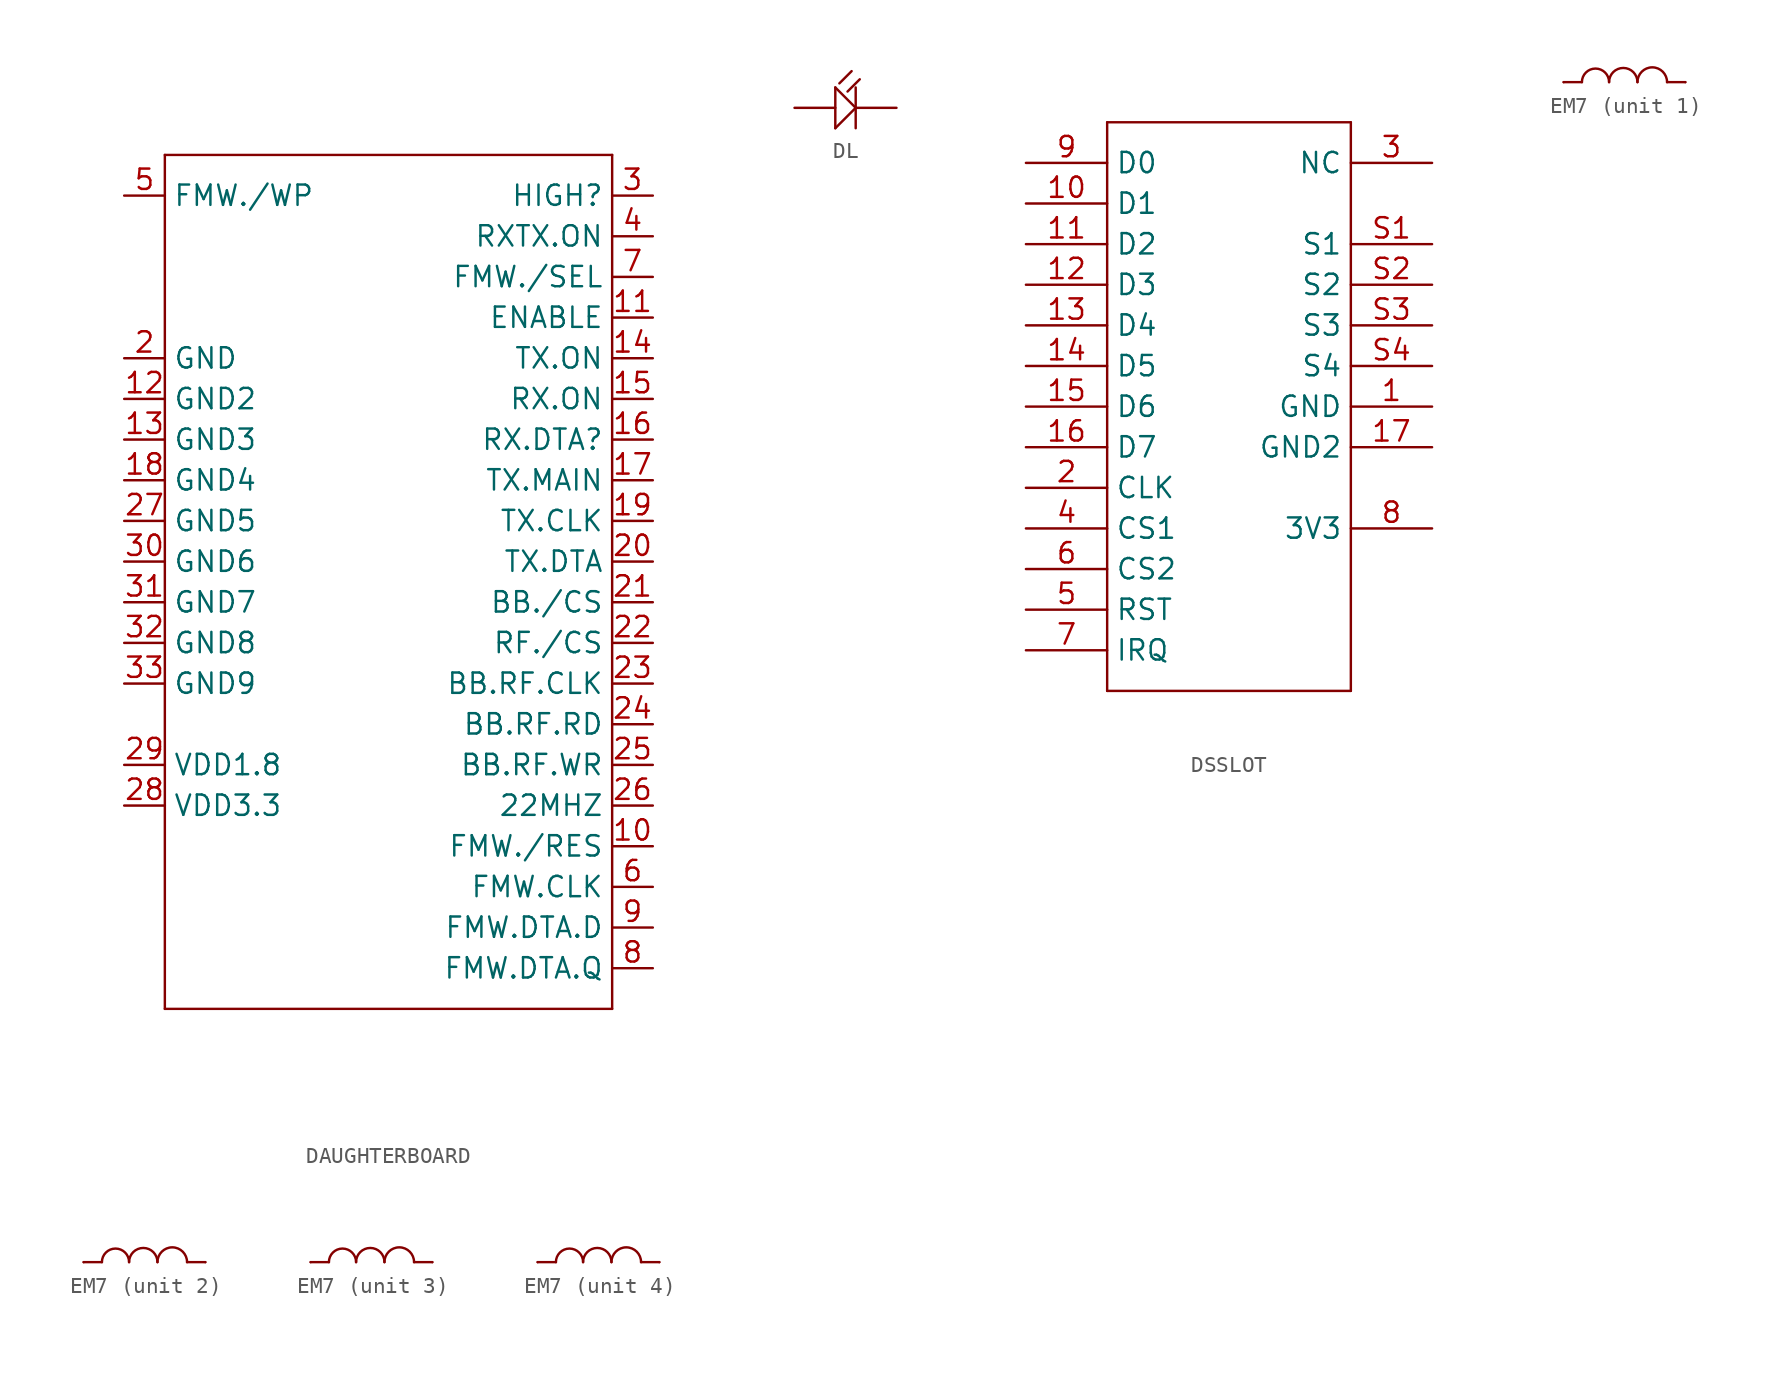
<source format=kicad_sym>
(kicad_symbol_lib
  (version 20231120)
  (generator "kicad_symbol_editor")
  (generator_version "8.0")
  (symbol "DAUGHTERBOARD"
    (property "Reference" ""
      (at -10.16 15.24 0)
      (effects (font (size 1.778 1.511)) (justify left bottom) (hide yes)))
    (property "Value" ""
      (at -10.16 -40.64 0)
      (effects (font (size 1.778 1.511)) (justify left bottom)))
    (property "ki_locked" ""
      (at 0 0 0)
      (effects (font (size 1.27 1.27))))
    (symbol "DAUGHTERBOARD_1_0"
      (polyline (pts (xy -10.16 -38.1) (xy 17.78 -38.1)) (stroke (width 0.152) (type solid)) (fill (type none)))
      (polyline (pts (xy -10.16 15.24) (xy -10.16 -38.1)) (stroke (width 0.152) (type solid)) (fill (type none)))
      (polyline (pts (xy 17.78 -38.1) (xy 17.78 15.24)) (stroke (width 0.152) (type solid)) (fill (type none)))
      (polyline (pts (xy 17.78 15.24) (xy -10.16 15.24)) (stroke (width 0.152) (type solid)) (fill (type none)))
      (pin bidirectional line (at 20.32 -27.94 180) (length 2.54) (name "FMW./RES" (effects (font (size 1.27 1.27)))) (number "10" (effects (font (size 1.27 1.27)))))
      (pin bidirectional line (at 20.32 5.08 180) (length 2.54) (name "ENABLE" (effects (font (size 1.27 1.27)))) (number "11" (effects (font (size 1.27 1.27)))))
      (pin bidirectional line (at -12.7 0 0) (length 2.54) (name "GND2" (effects (font (size 1.27 1.27)))) (number "12" (effects (font (size 1.27 1.27)))))
      (pin bidirectional line (at -12.7 -2.54 0) (length 2.54) (name "GND3" (effects (font (size 1.27 1.27)))) (number "13" (effects (font (size 1.27 1.27)))))
      (pin bidirectional line (at 20.32 2.54 180) (length 2.54) (name "TX.ON" (effects (font (size 1.27 1.27)))) (number "14" (effects (font (size 1.27 1.27)))))
      (pin bidirectional line (at 20.32 0 180) (length 2.54) (name "RX.ON" (effects (font (size 1.27 1.27)))) (number "15" (effects (font (size 1.27 1.27)))))
      (pin bidirectional line (at 20.32 -2.54 180) (length 2.54) (name "RX.DTA?" (effects (font (size 1.27 1.27)))) (number "16" (effects (font (size 1.27 1.27)))))
      (pin bidirectional line (at 20.32 -5.08 180) (length 2.54) (name "TX.MAIN" (effects (font (size 1.27 1.27)))) (number "17" (effects (font (size 1.27 1.27)))))
      (pin bidirectional line (at -12.7 -5.08 0) (length 2.54) (name "GND4" (effects (font (size 1.27 1.27)))) (number "18" (effects (font (size 1.27 1.27)))))
      (pin bidirectional line (at 20.32 -7.62 180) (length 2.54) (name "TX.CLK" (effects (font (size 1.27 1.27)))) (number "19" (effects (font (size 1.27 1.27)))))
      (pin bidirectional line (at -12.7 2.54 0) (length 2.54) (name "GND" (effects (font (size 1.27 1.27)))) (number "2" (effects (font (size 1.27 1.27)))))
      (pin bidirectional line (at 20.32 -10.16 180) (length 2.54) (name "TX.DTA" (effects (font (size 1.27 1.27)))) (number "20" (effects (font (size 1.27 1.27)))))
      (pin bidirectional line (at 20.32 -12.7 180) (length 2.54) (name "BB./CS" (effects (font (size 1.27 1.27)))) (number "21" (effects (font (size 1.27 1.27)))))
      (pin bidirectional line (at 20.32 -15.24 180) (length 2.54) (name "RF./CS" (effects (font (size 1.27 1.27)))) (number "22" (effects (font (size 1.27 1.27)))))
      (pin bidirectional line (at 20.32 -17.78 180) (length 2.54) (name "BB.RF.CLK" (effects (font (size 1.27 1.27)))) (number "23" (effects (font (size 1.27 1.27)))))
      (pin bidirectional line (at 20.32 -20.32 180) (length 2.54) (name "BB.RF.RD" (effects (font (size 1.27 1.27)))) (number "24" (effects (font (size 1.27 1.27)))))
      (pin bidirectional line (at 20.32 -22.86 180) (length 2.54) (name "BB.RF.WR" (effects (font (size 1.27 1.27)))) (number "25" (effects (font (size 1.27 1.27)))))
      (pin bidirectional line (at 20.32 -25.4 180) (length 2.54) (name "22MHZ" (effects (font (size 1.27 1.27)))) (number "26" (effects (font (size 1.27 1.27)))))
      (pin bidirectional line (at -12.7 -7.62 0) (length 2.54) (name "GND5" (effects (font (size 1.27 1.27)))) (number "27" (effects (font (size 1.27 1.27)))))
      (pin bidirectional line (at -12.7 -25.4 0) (length 2.54) (name "VDD3.3" (effects (font (size 1.27 1.27)))) (number "28" (effects (font (size 1.27 1.27)))))
      (pin bidirectional line (at -12.7 -22.86 0) (length 2.54) (name "VDD1.8" (effects (font (size 1.27 1.27)))) (number "29" (effects (font (size 1.27 1.27)))))
      (pin bidirectional line (at 20.32 12.7 180) (length 2.54) (name "HIGH?" (effects (font (size 1.27 1.27)))) (number "3" (effects (font (size 1.27 1.27)))))
      (pin bidirectional line (at -12.7 -10.16 0) (length 2.54) (name "GND6" (effects (font (size 1.27 1.27)))) (number "30" (effects (font (size 1.27 1.27)))))
      (pin bidirectional line (at -12.7 -12.7 0) (length 2.54) (name "GND7" (effects (font (size 1.27 1.27)))) (number "31" (effects (font (size 1.27 1.27)))))
      (pin bidirectional line (at -12.7 -15.24 0) (length 2.54) (name "GND8" (effects (font (size 1.27 1.27)))) (number "32" (effects (font (size 1.27 1.27)))))
      (pin bidirectional line (at -12.7 -17.78 0) (length 2.54) (name "GND9" (effects (font (size 1.27 1.27)))) (number "33" (effects (font (size 1.27 1.27)))))
      (pin bidirectional line (at 20.32 10.16 180) (length 2.54) (name "RXTX.ON" (effects (font (size 1.27 1.27)))) (number "4" (effects (font (size 1.27 1.27)))))
      (pin bidirectional line (at -12.7 12.7 0) (length 2.54) (name "FMW./WP" (effects (font (size 1.27 1.27)))) (number "5" (effects (font (size 1.27 1.27)))))
      (pin bidirectional line (at 20.32 -30.48 180) (length 2.54) (name "FMW.CLK" (effects (font (size 1.27 1.27)))) (number "6" (effects (font (size 1.27 1.27)))))
      (pin bidirectional line (at 20.32 7.62 180) (length 2.54) (name "FMW./SEL" (effects (font (size 1.27 1.27)))) (number "7" (effects (font (size 1.27 1.27)))))
      (pin bidirectional line (at 20.32 -35.56 180) (length 2.54) (name "FMW.DTA.Q" (effects (font (size 1.27 1.27)))) (number "8" (effects (font (size 1.27 1.27)))))
      (pin bidirectional line (at 20.32 -33.02 180) (length 2.54) (name "FMW.DTA.D" (effects (font (size 1.27 1.27)))) (number "9" (effects (font (size 1.27 1.27)))))))
  (symbol "DL"
    (property "Reference" ""
      (at -2.891 1.567 0)
      (effects (font (size 1.016 0.864)) (justify left bottom) (hide yes)))
    (property "ki_locked" ""
      (at 0 0 0)
      (effects (font (size 1.27 1.27))))
    (symbol "DL_1_0"
      (polyline (pts (xy 0 -1.27) (xy 1.27 0)) (stroke (width 0.152) (type solid)) (fill (type none)))
      (polyline (pts (xy 0 1.27) (xy 0 -1.27)) (stroke (width 0.152) (type solid)) (fill (type none)))
      (polyline (pts (xy 0.254 1.524) (xy 1.016 2.286)) (stroke (width 0.152) (type solid)) (fill (type none)))
      (polyline (pts (xy 0.762 1.016) (xy 1.524 1.778)) (stroke (width 0.152) (type solid)) (fill (type none)))
      (polyline (pts (xy 1.27 0) (xy 0 1.27)) (stroke (width 0.152) (type solid)) (fill (type none)))
      (polyline (pts (xy 1.27 1.27) (xy 1.27 -1.27)) (stroke (width 0.152) (type solid)) (fill (type none)))
      (pin bidirectional line (at -2.54 0 0) (length 2.54) (name "A" (effects (font (size 0 0)))) (number "A" (effects (font (size 0 0)))))
      (pin bidirectional line (at 3.81 0 180) (length 2.54) (name "C" (effects (font (size 0 0)))) (number "C" (effects (font (size 0 0)))))))
  (symbol "DSSLOT"
    (property "Reference" ""
      (at -7.62 25.4 0)
      (effects (font (size 1.778 1.511)) (justify left bottom) (hide yes)))
    (property "Value" ""
      (at -0.577 -9.591 0)
      (effects (font (size 1.27 1.079)) (justify left bottom)))
    (property "ki_locked" ""
      (at 0 0 0)
      (effects (font (size 1.27 1.27))))
    (symbol "DSSLOT_1_0"
      (polyline (pts (xy -7.62 -10.16) (xy 7.62 -10.16)) (stroke (width 0.152) (type solid)) (fill (type none)))
      (polyline (pts (xy -7.62 25.4) (xy -7.62 -10.16)) (stroke (width 0.152) (type solid)) (fill (type none)))
      (polyline (pts (xy 7.62 -10.16) (xy 7.62 25.4)) (stroke (width 0.152) (type solid)) (fill (type none)))
      (polyline (pts (xy 7.62 25.4) (xy -7.62 25.4)) (stroke (width 0.152) (type solid)) (fill (type none)))
      (pin bidirectional line (at 12.7 7.62 180) (length 5.08) (name "GND" (effects (font (size 1.27 1.27)))) (number "1" (effects (font (size 1.27 1.27)))))
      (pin bidirectional line (at -12.7 20.32 0) (length 5.08) (name "D1" (effects (font (size 1.27 1.27)))) (number "10" (effects (font (size 1.27 1.27)))))
      (pin bidirectional line (at -12.7 17.78 0) (length 5.08) (name "D2" (effects (font (size 1.27 1.27)))) (number "11" (effects (font (size 1.27 1.27)))))
      (pin bidirectional line (at -12.7 15.24 0) (length 5.08) (name "D3" (effects (font (size 1.27 1.27)))) (number "12" (effects (font (size 1.27 1.27)))))
      (pin bidirectional line (at -12.7 12.7 0) (length 5.08) (name "D4" (effects (font (size 1.27 1.27)))) (number "13" (effects (font (size 1.27 1.27)))))
      (pin bidirectional line (at -12.7 10.16 0) (length 5.08) (name "D5" (effects (font (size 1.27 1.27)))) (number "14" (effects (font (size 1.27 1.27)))))
      (pin bidirectional line (at -12.7 7.62 0) (length 5.08) (name "D6" (effects (font (size 1.27 1.27)))) (number "15" (effects (font (size 1.27 1.27)))))
      (pin bidirectional line (at -12.7 5.08 0) (length 5.08) (name "D7" (effects (font (size 1.27 1.27)))) (number "16" (effects (font (size 1.27 1.27)))))
      (pin bidirectional line (at 12.7 5.08 180) (length 5.08) (name "GND2" (effects (font (size 1.27 1.27)))) (number "17" (effects (font (size 1.27 1.27)))))
      (pin bidirectional line (at -12.7 2.54 0) (length 5.08) (name "CLK" (effects (font (size 1.27 1.27)))) (number "2" (effects (font (size 1.27 1.27)))))
      (pin bidirectional line (at 12.7 22.86 180) (length 5.08) (name "NC" (effects (font (size 1.27 1.27)))) (number "3" (effects (font (size 1.27 1.27)))))
      (pin bidirectional line (at -12.7 0 0) (length 5.08) (name "CS1" (effects (font (size 1.27 1.27)))) (number "4" (effects (font (size 1.27 1.27)))))
      (pin bidirectional line (at -12.7 -5.08 0) (length 5.08) (name "RST" (effects (font (size 1.27 1.27)))) (number "5" (effects (font (size 1.27 1.27)))))
      (pin bidirectional line (at -12.7 -2.54 0) (length 5.08) (name "CS2" (effects (font (size 1.27 1.27)))) (number "6" (effects (font (size 1.27 1.27)))))
      (pin bidirectional line (at -12.7 -7.62 0) (length 5.08) (name "IRQ" (effects (font (size 1.27 1.27)))) (number "7" (effects (font (size 1.27 1.27)))))
      (pin bidirectional line (at 12.7 0 180) (length 5.08) (name "3V3" (effects (font (size 1.27 1.27)))) (number "8" (effects (font (size 1.27 1.27)))))
      (pin bidirectional line (at -12.7 22.86 0) (length 5.08) (name "D0" (effects (font (size 1.27 1.27)))) (number "9" (effects (font (size 1.27 1.27)))))
      (pin bidirectional line (at 12.7 17.78 180) (length 5.08) (name "S1" (effects (font (size 1.27 1.27)))) (number "S1" (effects (font (size 1.27 1.27)))))
      (pin bidirectional line (at 12.7 15.24 180) (length 5.08) (name "S2" (effects (font (size 1.27 1.27)))) (number "S2" (effects (font (size 1.27 1.27)))))
      (pin bidirectional line (at 12.7 12.7 180) (length 5.08) (name "S3" (effects (font (size 1.27 1.27)))) (number "S3" (effects (font (size 1.27 1.27)))))
      (pin bidirectional line (at 12.7 10.16 180) (length 5.08) (name "S4" (effects (font (size 1.27 1.27)))) (number "S4" (effects (font (size 1.27 1.27)))))))
  (symbol "EM7"
    (property "Reference" ""
      (at -1.384 0.94 0)
      (effects (font (size 1.016 0.864)) (justify left bottom) (hide yes)))
    (property "ki_locked" ""
      (at 0 0 0)
      (effects (font (size 1.27 1.27))))
    (symbol "EM7_1_0"
      (polyline (pts (xy -2.54 0) (xy -1.397 0)) (stroke (width 0.152) (type solid)) (fill (type none)))
      (polyline (pts (xy 3.937 0) (xy 5.08 0)) (stroke (width 0.152) (type solid)) (fill (type none)))
      (arc (start 0.3048 0) (mid -0.5461 0.8509) (end -1.397 0) (stroke (width 0.1524) (type solid)) (fill (type none)))
      (arc (start 2.0828 0) (mid 1.1938 0.889) (end 0.3048 0) (stroke (width 0.1524) (type solid)) (fill (type none)))
      (arc (start 3.937 0) (mid 3.0099 0.9271) (end 2.0828 0) (stroke (width 0.1524) (type solid)) (fill (type none)))
      (pin bidirectional line (at -2.54 0 0) (length 0) (name "P$1" (effects (font (size 0 0)))) (number "1" (effects (font (size 0 0)))))
      (pin bidirectional line (at 5.08 0 0) (length 0) (name "P$2" (effects (font (size 0 0)))) (number "2" (effects (font (size 0 0))))))
    (symbol "EM7_2_0"
      (polyline (pts (xy -2.54 0) (xy -1.397 0)) (stroke (width 0.152) (type solid)) (fill (type none)))
      (polyline (pts (xy 3.937 0) (xy 5.08 0)) (stroke (width 0.152) (type solid)) (fill (type none)))
      (arc (start 0.3048 0) (mid -0.5461 0.8509) (end -1.397 0) (stroke (width 0.1524) (type solid)) (fill (type none)))
      (arc (start 2.0828 0) (mid 1.1938 0.889) (end 0.3048 0) (stroke (width 0.1524) (type solid)) (fill (type none)))
      (arc (start 3.937 0) (mid 3.0099 0.9271) (end 2.0828 0) (stroke (width 0.1524) (type solid)) (fill (type none)))
      (pin bidirectional line (at -2.54 0 0) (length 0) (name "P$1" (effects (font (size 0 0)))) (number "3" (effects (font (size 0 0)))))
      (pin bidirectional line (at 5.08 0 0) (length 0) (name "P$2" (effects (font (size 0 0)))) (number "4" (effects (font (size 0 0))))))
    (symbol "EM7_3_0"
      (polyline (pts (xy -2.54 0) (xy -1.397 0)) (stroke (width 0.152) (type solid)) (fill (type none)))
      (polyline (pts (xy 3.937 0) (xy 5.08 0)) (stroke (width 0.152) (type solid)) (fill (type none)))
      (arc (start 0.3048 0) (mid -0.5461 0.8509) (end -1.397 0) (stroke (width 0.1524) (type solid)) (fill (type none)))
      (arc (start 2.0828 0) (mid 1.1938 0.889) (end 0.3048 0) (stroke (width 0.1524) (type solid)) (fill (type none)))
      (arc (start 3.937 0) (mid 3.0099 0.9271) (end 2.0828 0) (stroke (width 0.1524) (type solid)) (fill (type none)))
      (pin bidirectional line (at -2.54 0 0) (length 0) (name "P$1" (effects (font (size 0 0)))) (number "5" (effects (font (size 0 0)))))
      (pin bidirectional line (at 5.08 0 0) (length 0) (name "P$2" (effects (font (size 0 0)))) (number "6" (effects (font (size 0 0))))))
    (symbol "EM7_4_0"
      (polyline (pts (xy -2.54 0) (xy -1.397 0)) (stroke (width 0.152) (type solid)) (fill (type none)))
      (polyline (pts (xy 3.937 0) (xy 5.08 0)) (stroke (width 0.152) (type solid)) (fill (type none)))
      (arc (start 0.3048 0) (mid -0.5461 0.8509) (end -1.397 0) (stroke (width 0.1524) (type solid)) (fill (type none)))
      (arc (start 2.0828 0) (mid 1.1938 0.889) (end 0.3048 0) (stroke (width 0.1524) (type solid)) (fill (type none)))
      (arc (start 3.937 0) (mid 3.0099 0.9271) (end 2.0828 0) (stroke (width 0.1524) (type solid)) (fill (type none)))
      (pin bidirectional line (at -2.54 0 0) (length 0) (name "P$1" (effects (font (size 0 0)))) (number "7" (effects (font (size 0 0)))))
      (pin bidirectional line (at 5.08 0 0) (length 0) (name "P$2" (effects (font (size 0 0)))) (number "8" (effects (font (size 0 0))))))))
</source>
